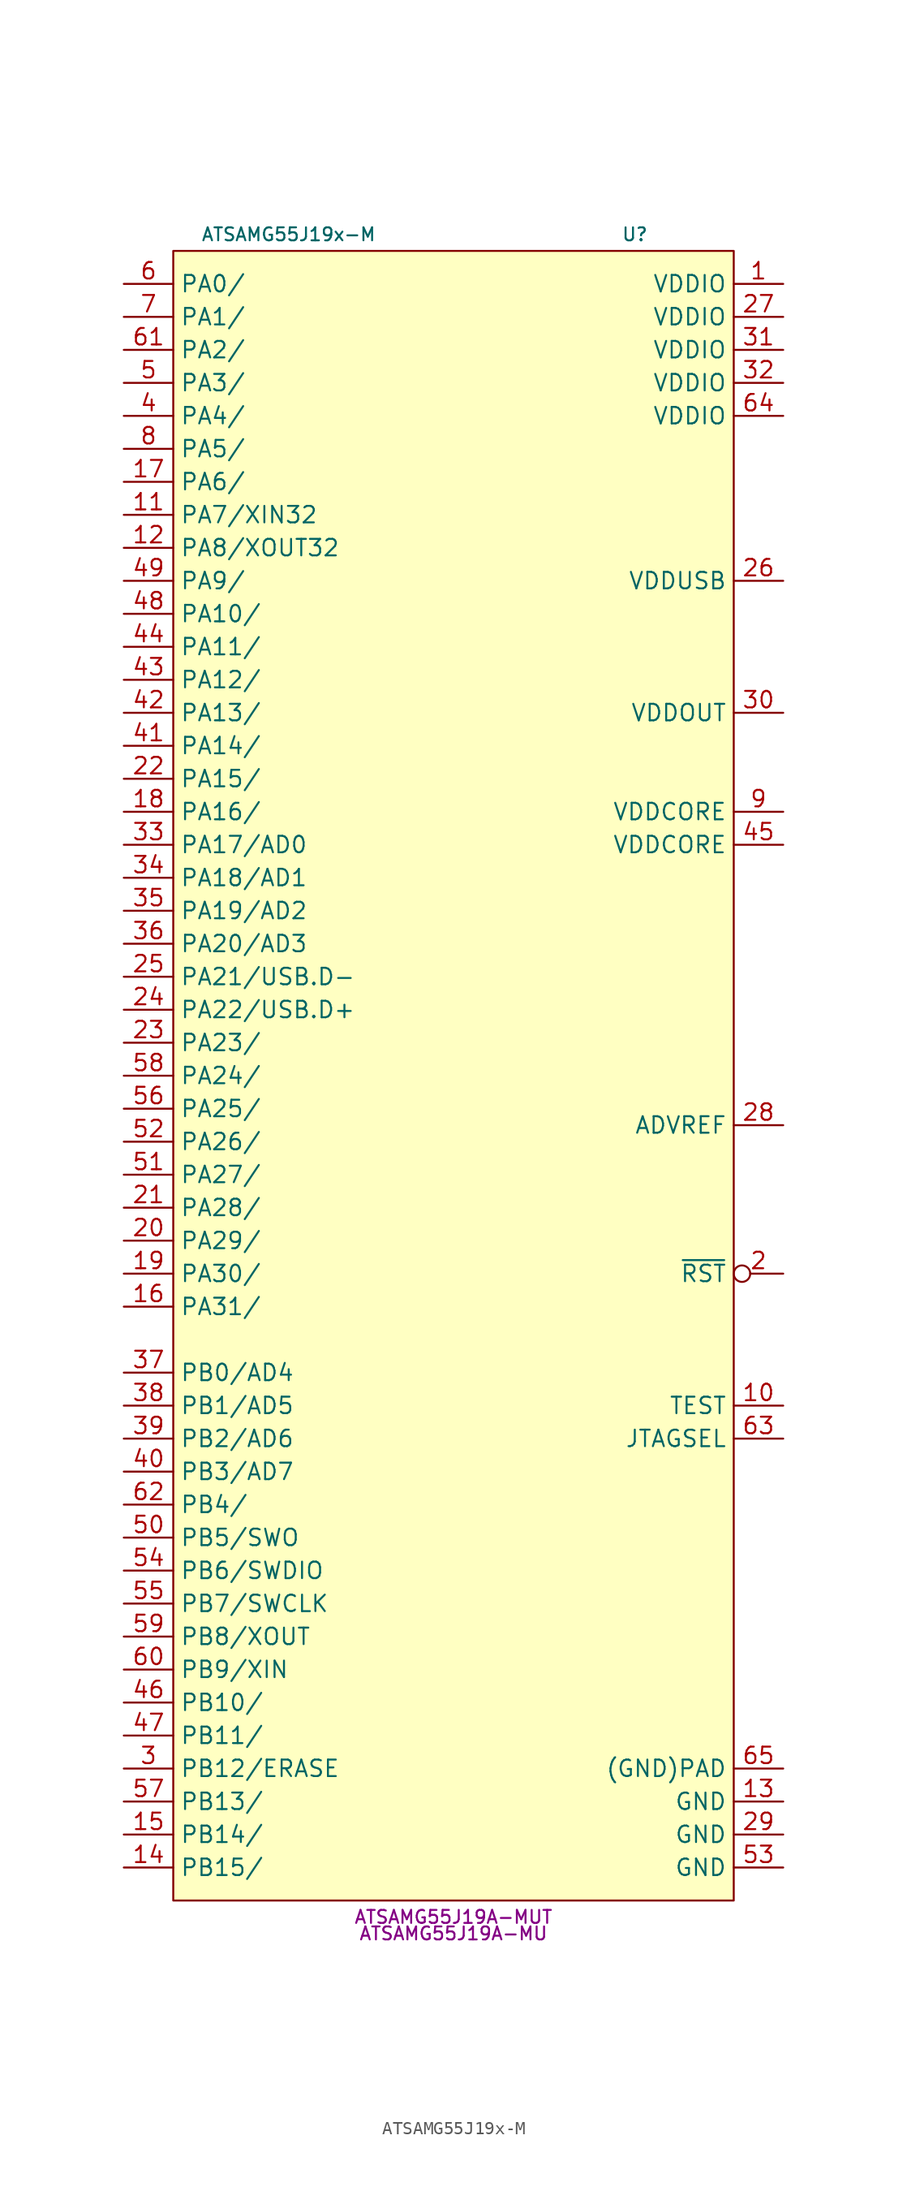
<source format=kicad_sym>
(kicad_symbol_lib
  (version 20231120)
  (generator "kicad_symbol_editor")
  (generator_version "8.0")
  (symbol "ATSAMG55J19x-M"
    (property "Reference" "U"
      (at 13.97 62.23 0)
      (effects (font (size 1 1))))
    (property "Value" "ATSAMG55J19x-M"
      (at -12.7 62.23 0)
      (effects (font (size 1 1))))
    (property "MPN" "ATSAMG55J19A-MUT"
      (at 0 -67.31 0)
      (effects (font (size 1 1))))
    (property "MPN2" "ATSAMG55J19A-MU"
      (at 0 -68.58 0)
      (effects (font (size 1 1))))
    (symbol "ATSAMG55J19x-M_1_1"
      (rectangle (start -21.59 60.96) (end 21.59 -66.04) (stroke (width 0) (type default)) (fill (type background)))
      (pin power_in line (at 25.4 58.42 180) (length 3.81) (name "VDDIO" (effects (font (size 1.27 1.27)))) (number "1" (effects (font (size 1.27 1.27)))))
      (pin input line (at 25.4 -27.94 180) (length 3.81) (name "TEST" (effects (font (size 1.27 1.27)))) (number "10" (effects (font (size 1.27 1.27)))))
      (pin bidirectional line (at -25.4 40.64 0) (length 3.81) (name "PA7/XIN32" (effects (font (size 1.27 1.27)))) (number "11" (effects (font (size 1.27 1.27)))))
      (pin bidirectional line (at -25.4 38.1 0) (length 3.81) (name "PA8/XOUT32" (effects (font (size 1.27 1.27)))) (number "12" (effects (font (size 1.27 1.27)))))
      (pin power_in line (at 25.4 -58.42 180) (length 3.81) (name "GND" (effects (font (size 1.27 1.27)))) (number "13" (effects (font (size 1.27 1.27)))))
      (pin bidirectional line (at -25.4 -63.5 0) (length 3.81) (name "PB15/" (effects (font (size 1.27 1.27)))) (number "14" (effects (font (size 1.27 1.27)))))
      (pin bidirectional line (at -25.4 -60.96 0) (length 3.81) (name "PB14/" (effects (font (size 1.27 1.27)))) (number "15" (effects (font (size 1.27 1.27)))))
      (pin bidirectional line (at -25.4 -20.32 0) (length 3.81) (name "PA31/" (effects (font (size 1.27 1.27)))) (number "16" (effects (font (size 1.27 1.27)))))
      (pin bidirectional line (at -25.4 43.18 0) (length 3.81) (name "PA6/" (effects (font (size 1.27 1.27)))) (number "17" (effects (font (size 1.27 1.27)))))
      (pin bidirectional line (at -25.4 17.78 0) (length 3.81) (name "PA16/" (effects (font (size 1.27 1.27)))) (number "18" (effects (font (size 1.27 1.27)))))
      (pin bidirectional line (at -25.4 -17.78 0) (length 3.81) (name "PA30/" (effects (font (size 1.27 1.27)))) (number "19" (effects (font (size 1.27 1.27)))))
      (pin input inverted (at 25.4 -17.78 180) (length 3.81) (name "~{RST}" (effects (font (size 1.27 1.27)))) (number "2" (effects (font (size 1.27 1.27)))))
      (pin bidirectional line (at -25.4 -15.24 0) (length 3.81) (name "PA29/" (effects (font (size 1.27 1.27)))) (number "20" (effects (font (size 1.27 1.27)))))
      (pin bidirectional line (at -25.4 -12.7 0) (length 3.81) (name "PA28/" (effects (font (size 1.27 1.27)))) (number "21" (effects (font (size 1.27 1.27)))))
      (pin bidirectional line (at -25.4 20.32 0) (length 3.81) (name "PA15/" (effects (font (size 1.27 1.27)))) (number "22" (effects (font (size 1.27 1.27)))))
      (pin bidirectional line (at -25.4 0 0) (length 3.81) (name "PA23/" (effects (font (size 1.27 1.27)))) (number "23" (effects (font (size 1.27 1.27)))))
      (pin bidirectional line (at -25.4 2.54 0) (length 3.81) (name "PA22/USB.D+" (effects (font (size 1.27 1.27)))) (number "24" (effects (font (size 1.27 1.27)))))
      (pin bidirectional line (at -25.4 5.08 0) (length 3.81) (name "PA21/USB.D-" (effects (font (size 1.27 1.27)))) (number "25" (effects (font (size 1.27 1.27)))))
      (pin power_in line (at 25.4 35.56 180) (length 3.81) (name "VDDUSB" (effects (font (size 1.27 1.27)))) (number "26" (effects (font (size 1.27 1.27)))))
      (pin power_in line (at 25.4 55.88 180) (length 3.81) (name "VDDIO" (effects (font (size 1.27 1.27)))) (number "27" (effects (font (size 1.27 1.27)))))
      (pin passive line (at 25.4 -6.35 180) (length 3.81) (name "ADVREF" (effects (font (size 1.27 1.27)))) (number "28" (effects (font (size 1.27 1.27)))))
      (pin power_in line (at 25.4 -60.96 180) (length 3.81) (name "GND" (effects (font (size 1.27 1.27)))) (number "29" (effects (font (size 1.27 1.27)))))
      (pin bidirectional line (at -25.4 -55.88 0) (length 3.81) (name "PB12/ERASE" (effects (font (size 1.27 1.27)))) (number "3" (effects (font (size 1.27 1.27)))))
      (pin power_out line (at 25.4 25.4 180) (length 3.81) (name "VDDOUT" (effects (font (size 1.27 1.27)))) (number "30" (effects (font (size 1.27 1.27)))))
      (pin power_in line (at 25.4 53.34 180) (length 3.81) (name "VDDIO" (effects (font (size 1.27 1.27)))) (number "31" (effects (font (size 1.27 1.27)))))
      (pin power_in line (at 25.4 50.8 180) (length 3.81) (name "VDDIO" (effects (font (size 1.27 1.27)))) (number "32" (effects (font (size 1.27 1.27)))))
      (pin bidirectional line (at -25.4 15.24 0) (length 3.81) (name "PA17/AD0" (effects (font (size 1.27 1.27)))) (number "33" (effects (font (size 1.27 1.27)))))
      (pin bidirectional line (at -25.4 12.7 0) (length 3.81) (name "PA18/AD1" (effects (font (size 1.27 1.27)))) (number "34" (effects (font (size 1.27 1.27)))))
      (pin bidirectional line (at -25.4 10.16 0) (length 3.81) (name "PA19/AD2" (effects (font (size 1.27 1.27)))) (number "35" (effects (font (size 1.27 1.27)))))
      (pin bidirectional line (at -25.4 7.62 0) (length 3.81) (name "PA20/AD3" (effects (font (size 1.27 1.27)))) (number "36" (effects (font (size 1.27 1.27)))))
      (pin bidirectional line (at -25.4 -25.4 0) (length 3.81) (name "PB0/AD4" (effects (font (size 1.27 1.27)))) (number "37" (effects (font (size 1.27 1.27)))))
      (pin bidirectional line (at -25.4 -27.94 0) (length 3.81) (name "PB1/AD5" (effects (font (size 1.27 1.27)))) (number "38" (effects (font (size 1.27 1.27)))))
      (pin bidirectional line (at -25.4 -30.48 0) (length 3.81) (name "PB2/AD6" (effects (font (size 1.27 1.27)))) (number "39" (effects (font (size 1.27 1.27)))))
      (pin bidirectional line (at -25.4 48.26 0) (length 3.81) (name "PA4/" (effects (font (size 1.27 1.27)))) (number "4" (effects (font (size 1.27 1.27)))))
      (pin bidirectional line (at -25.4 -33.02 0) (length 3.81) (name "PB3/AD7" (effects (font (size 1.27 1.27)))) (number "40" (effects (font (size 1.27 1.27)))))
      (pin bidirectional line (at -25.4 22.86 0) (length 3.81) (name "PA14/" (effects (font (size 1.27 1.27)))) (number "41" (effects (font (size 1.27 1.27)))))
      (pin bidirectional line (at -25.4 25.4 0) (length 3.81) (name "PA13/" (effects (font (size 1.27 1.27)))) (number "42" (effects (font (size 1.27 1.27)))))
      (pin bidirectional line (at -25.4 27.94 0) (length 3.81) (name "PA12/" (effects (font (size 1.27 1.27)))) (number "43" (effects (font (size 1.27 1.27)))))
      (pin bidirectional line (at -25.4 30.48 0) (length 3.81) (name "PA11/" (effects (font (size 1.27 1.27)))) (number "44" (effects (font (size 1.27 1.27)))))
      (pin power_in line (at 25.4 15.24 180) (length 3.81) (name "VDDCORE" (effects (font (size 1.27 1.27)))) (number "45" (effects (font (size 1.27 1.27)))))
      (pin bidirectional line (at -25.4 -50.8 0) (length 3.81) (name "PB10/" (effects (font (size 1.27 1.27)))) (number "46" (effects (font (size 1.27 1.27)))))
      (pin bidirectional line (at -25.4 -53.34 0) (length 3.81) (name "PB11/" (effects (font (size 1.27 1.27)))) (number "47" (effects (font (size 1.27 1.27)))))
      (pin bidirectional line (at -25.4 33.02 0) (length 3.81) (name "PA10/" (effects (font (size 1.27 1.27)))) (number "48" (effects (font (size 1.27 1.27)))))
      (pin bidirectional line (at -25.4 35.56 0) (length 3.81) (name "PA9/" (effects (font (size 1.27 1.27)))) (number "49" (effects (font (size 1.27 1.27)))))
      (pin bidirectional line (at -25.4 50.8 0) (length 3.81) (name "PA3/" (effects (font (size 1.27 1.27)))) (number "5" (effects (font (size 1.27 1.27)))))
      (pin bidirectional line (at -25.4 -38.1 0) (length 3.81) (name "PB5/SWO" (effects (font (size 1.27 1.27)))) (number "50" (effects (font (size 1.27 1.27)))))
      (pin bidirectional line (at -25.4 -10.16 0) (length 3.81) (name "PA27/" (effects (font (size 1.27 1.27)))) (number "51" (effects (font (size 1.27 1.27)))))
      (pin bidirectional line (at -25.4 -7.62 0) (length 3.81) (name "PA26/" (effects (font (size 1.27 1.27)))) (number "52" (effects (font (size 1.27 1.27)))))
      (pin power_in line (at 25.4 -63.5 180) (length 3.81) (name "GND" (effects (font (size 1.27 1.27)))) (number "53" (effects (font (size 1.27 1.27)))))
      (pin bidirectional line (at -25.4 -40.64 0) (length 3.81) (name "PB6/SWDIO" (effects (font (size 1.27 1.27)))) (number "54" (effects (font (size 1.27 1.27)))))
      (pin bidirectional line (at -25.4 -43.18 0) (length 3.81) (name "PB7/SWCLK" (effects (font (size 1.27 1.27)))) (number "55" (effects (font (size 1.27 1.27)))))
      (pin bidirectional line (at -25.4 -5.08 0) (length 3.81) (name "PA25/" (effects (font (size 1.27 1.27)))) (number "56" (effects (font (size 1.27 1.27)))))
      (pin bidirectional line (at -25.4 -58.42 0) (length 3.81) (name "PB13/" (effects (font (size 1.27 1.27)))) (number "57" (effects (font (size 1.27 1.27)))))
      (pin bidirectional line (at -25.4 -2.54 0) (length 3.81) (name "PA24/" (effects (font (size 1.27 1.27)))) (number "58" (effects (font (size 1.27 1.27)))))
      (pin bidirectional line (at -25.4 -45.72 0) (length 3.81) (name "PB8/XOUT" (effects (font (size 1.27 1.27)))) (number "59" (effects (font (size 1.27 1.27)))))
      (pin bidirectional line (at -25.4 58.42 0) (length 3.81) (name "PA0/" (effects (font (size 1.27 1.27)))) (number "6" (effects (font (size 1.27 1.27)))))
      (pin bidirectional line (at -25.4 -48.26 0) (length 3.81) (name "PB9/XIN" (effects (font (size 1.27 1.27)))) (number "60" (effects (font (size 1.27 1.27)))))
      (pin bidirectional line (at -25.4 53.34 0) (length 3.81) (name "PA2/" (effects (font (size 1.27 1.27)))) (number "61" (effects (font (size 1.27 1.27)))))
      (pin bidirectional line (at -25.4 -35.56 0) (length 3.81) (name "PB4/" (effects (font (size 1.27 1.27)))) (number "62" (effects (font (size 1.27 1.27)))))
      (pin input line (at 25.4 -30.48 180) (length 3.81) (name "JTAGSEL" (effects (font (size 1.27 1.27)))) (number "63" (effects (font (size 1.27 1.27)))))
      (pin power_in line (at 25.4 48.26 180) (length 3.81) (name "VDDIO" (effects (font (size 1.27 1.27)))) (number "64" (effects (font (size 1.27 1.27)))))
      (pin power_in line (at 25.4 -55.88 180) (length 3.81) (name "(GND)PAD" (effects (font (size 1.27 1.27)))) (number "65" (effects (font (size 1.27 1.27)))))
      (pin bidirectional line (at -25.4 55.88 0) (length 3.81) (name "PA1/" (effects (font (size 1.27 1.27)))) (number "7" (effects (font (size 1.27 1.27)))))
      (pin bidirectional line (at -25.4 45.72 0) (length 3.81) (name "PA5/" (effects (font (size 1.27 1.27)))) (number "8" (effects (font (size 1.27 1.27)))))
      (pin power_in line (at 25.4 17.78 180) (length 3.81) (name "VDDCORE" (effects (font (size 1.27 1.27)))) (number "9" (effects (font (size 1.27 1.27))))))))
</source>
